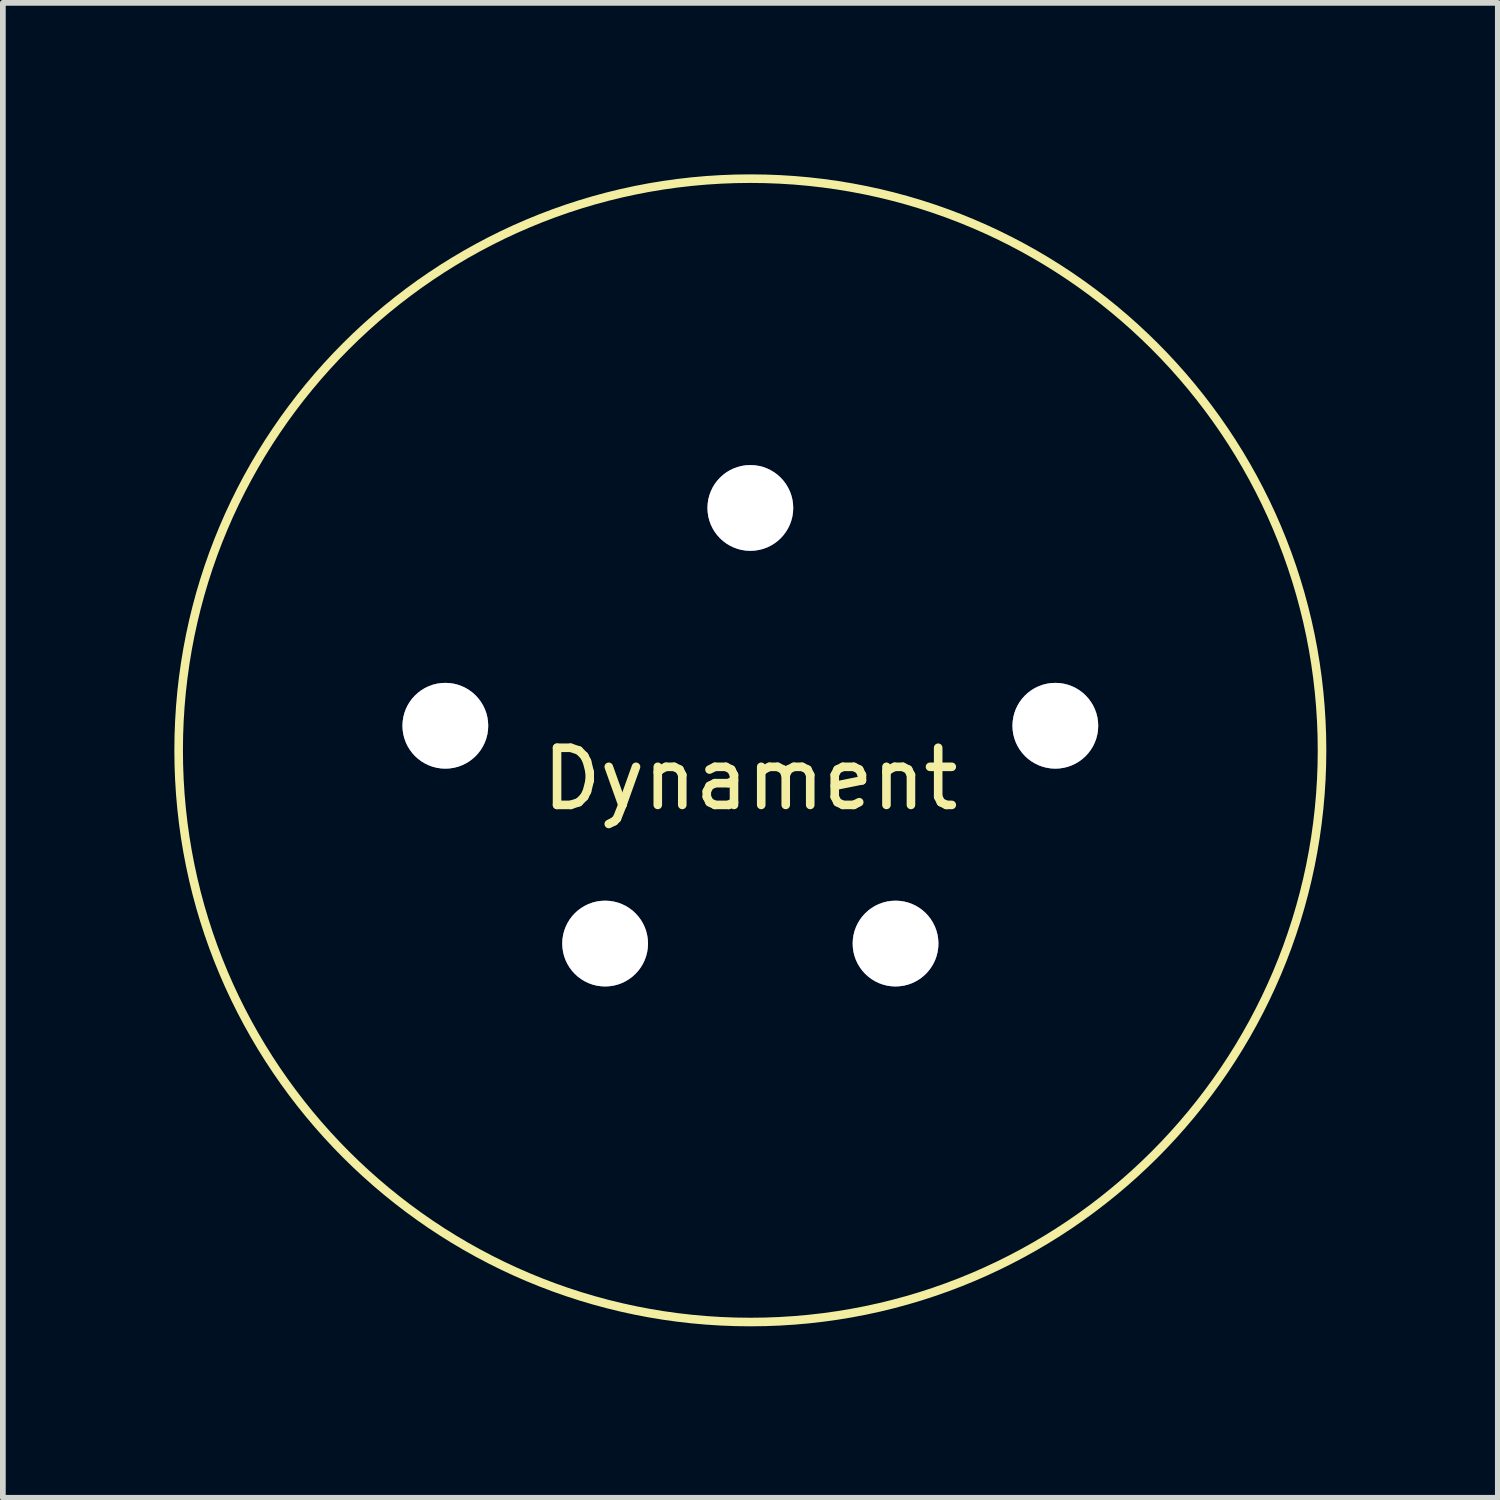
<source format=kicad_pcb>
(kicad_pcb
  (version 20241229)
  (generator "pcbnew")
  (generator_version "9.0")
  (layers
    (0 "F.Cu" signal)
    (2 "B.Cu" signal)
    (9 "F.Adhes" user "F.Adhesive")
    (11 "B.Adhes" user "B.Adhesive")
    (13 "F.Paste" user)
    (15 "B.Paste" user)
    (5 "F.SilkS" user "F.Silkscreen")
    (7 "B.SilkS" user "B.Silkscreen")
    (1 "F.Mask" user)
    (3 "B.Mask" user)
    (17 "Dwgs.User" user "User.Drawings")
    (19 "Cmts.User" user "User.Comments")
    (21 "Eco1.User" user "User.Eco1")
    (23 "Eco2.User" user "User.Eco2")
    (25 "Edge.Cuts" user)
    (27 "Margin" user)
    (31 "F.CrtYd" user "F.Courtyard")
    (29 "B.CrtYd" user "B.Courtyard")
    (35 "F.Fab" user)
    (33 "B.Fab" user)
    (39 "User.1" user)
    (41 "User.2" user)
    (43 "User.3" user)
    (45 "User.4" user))
  (footprint "Dynament"
    (layer "F.Cu")
    (at 10.075 10.075)
    (property "Reference" "Dynament" (at 0 0.5 0) (layer "F.SilkS") (effects (font (size 1 1) (thickness 0.15))))
    (attr through_hole)
    (fp_circle (center 0 0) (end 10 0) (stroke (width 0.15) (type solid)) (fill no) (layer "F.SilkS"))
    (pad "3V3" thru_hole circle (at 2.54 3.38) (size 1.5 1.5) (drill 1.5) (layers "*.Cu" "*.Mask"))
    (pad "GND" thru_hole circle (at -2.54 3.38) (size 1.5 1.5) (drill 1.5) (layers "*.Cu" "*.Mask"))
    (pad "OUT" thru_hole circle (at 0 -4.24) (size 1.5 1.5) (drill 1.5) (layers "*.Cu" "*.Mask"))
    (pad "RX" thru_hole circle (at 5.335 -0.43) (size 1.5 1.5) (drill 1.5) (layers "*.Cu" "*.Mask"))
    (pad "TX" thru_hole circle (at -5.335 -0.43) (size 1.5 1.5) (drill 1.5) (layers "*.Cu" "*.Mask")))
  (gr_rect
    (start -3 -3)
    (end 23.15 23.15)
    (stroke (width 0.1) (type default))
    (fill no)
    (layer "Edge.Cuts")))
</source>
